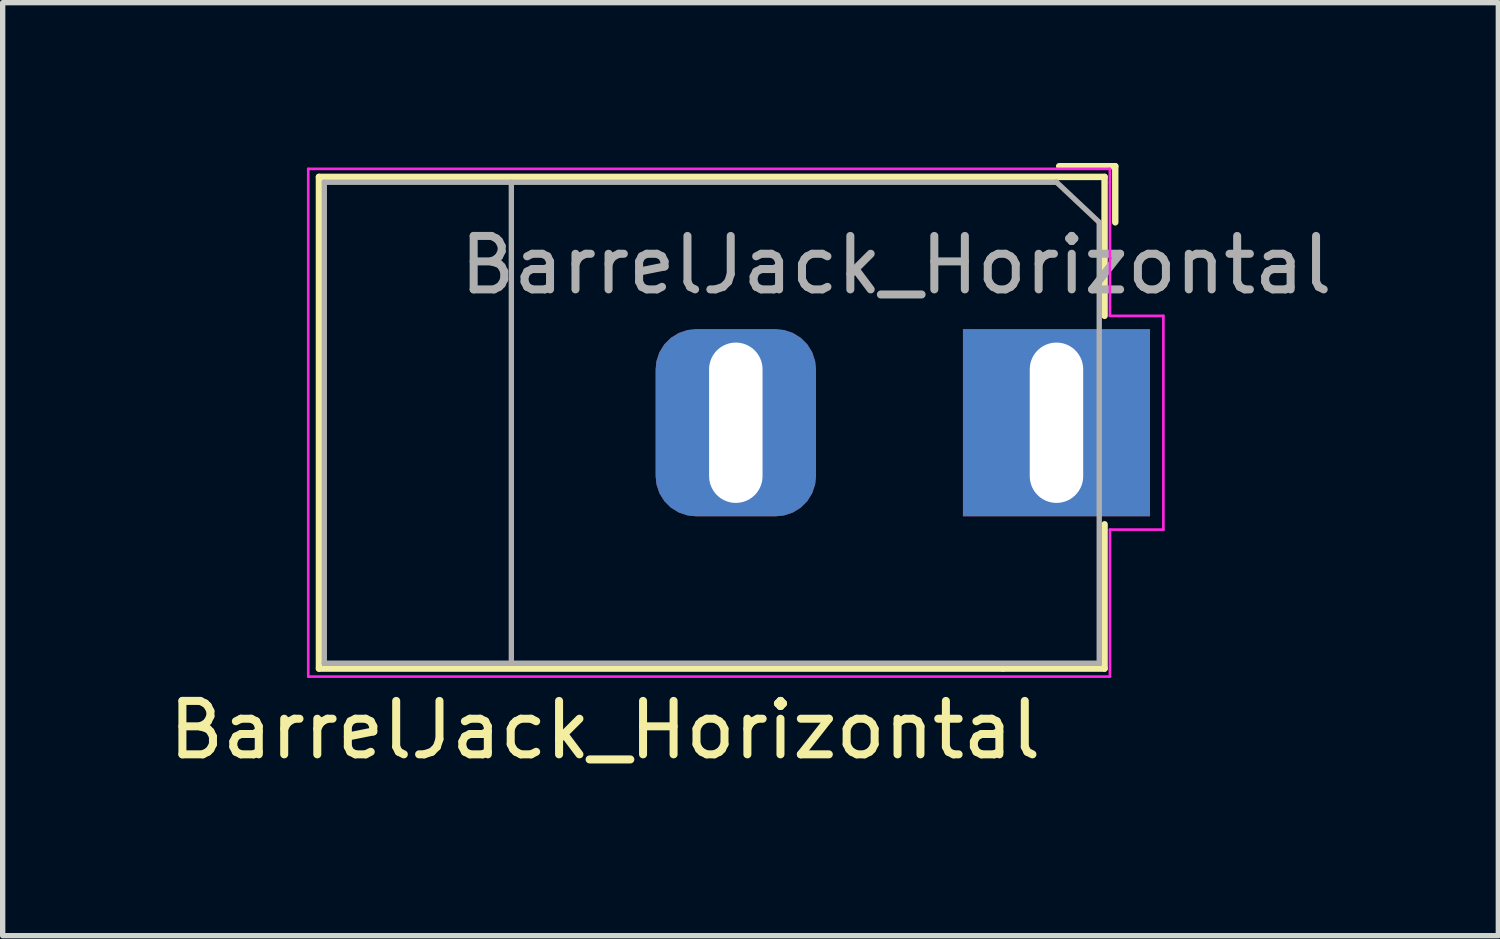
<source format=kicad_pcb>
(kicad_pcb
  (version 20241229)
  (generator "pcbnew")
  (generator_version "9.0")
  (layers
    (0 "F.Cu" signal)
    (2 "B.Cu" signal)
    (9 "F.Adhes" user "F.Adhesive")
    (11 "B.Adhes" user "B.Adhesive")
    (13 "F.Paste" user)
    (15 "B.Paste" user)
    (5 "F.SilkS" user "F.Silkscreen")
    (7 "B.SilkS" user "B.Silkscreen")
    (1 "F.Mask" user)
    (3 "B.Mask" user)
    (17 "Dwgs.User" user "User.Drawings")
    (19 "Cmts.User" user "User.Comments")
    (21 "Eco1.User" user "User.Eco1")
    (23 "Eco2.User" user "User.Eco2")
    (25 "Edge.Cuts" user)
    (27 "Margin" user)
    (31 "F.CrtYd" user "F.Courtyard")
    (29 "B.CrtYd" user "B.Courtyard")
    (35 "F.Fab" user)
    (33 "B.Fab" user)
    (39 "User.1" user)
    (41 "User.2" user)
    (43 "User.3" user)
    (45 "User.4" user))
  (footprint "BarrelJack_Horizontal"
    (layer "F.Cu")
    (at 16.718 4.86)
    (property "Reference" "BarrelJack_Horizontal" (at -8.45 5.75 0) (layer "F.SilkS") (effects (font (size 1 1) (thickness 0.15))))
    (attr through_hole)
    (fp_line (start -13.8 -4.6) (end 0.9 -4.6) (stroke (width 0.12) (type solid)) (layer "F.SilkS"))
    (fp_line (start -13.8 4.6) (end -13.8 -4.6) (stroke (width 0.12) (type solid)) (layer "F.SilkS"))
    (fp_line (start -1 4.6) (end -13.8 4.6) (stroke (width 0.12) (type solid)) (layer "F.SilkS"))
    (fp_line (start 0.05 -4.8) (end 1.1 -4.8) (stroke (width 0.12) (type solid)) (layer "F.SilkS"))
    (fp_line (start 0.9 -4.6) (end 0.9 -2) (stroke (width 0.12) (type solid)) (layer "F.SilkS"))
    (fp_line (start 0.9 1.9) (end 0.9 4.6) (stroke (width 0.12) (type solid)) (layer "F.SilkS"))
    (fp_line (start 0.9 4.6) (end -1 4.6) (stroke (width 0.12) (type solid)) (layer "F.SilkS"))
    (fp_line (start 1.1 -3.75) (end 1.1 -4.8) (stroke (width 0.12) (type solid)) (layer "F.SilkS"))
    (fp_line (start -14 4.75) (end -14 -4.75) (stroke (width 0.05) (type solid)) (layer "F.CrtYd"))
    (fp_line (start 1 -4.75) (end -14 -4.75) (stroke (width 0.05) (type solid)) (layer "F.CrtYd"))
    (fp_line (start 1 -4.5) (end 1 -4.75) (stroke (width 0.05) (type solid)) (layer "F.CrtYd"))
    (fp_line (start 1 -4.5) (end 1 -2) (stroke (width 0.05) (type solid)) (layer "F.CrtYd"))
    (fp_line (start 1 -2) (end 2 -2) (stroke (width 0.05) (type solid)) (layer "F.CrtYd"))
    (fp_line (start 1 2) (end 1 4.75) (stroke (width 0.05) (type solid)) (layer "F.CrtYd"))
    (fp_line (start 1 4.75) (end -14 4.75) (stroke (width 0.05) (type solid)) (layer "F.CrtYd"))
    (fp_line (start 2 -2) (end 2 2) (stroke (width 0.05) (type solid)) (layer "F.CrtYd"))
    (fp_line (start 2 2) (end 1 2) (stroke (width 0.05) (type solid)) (layer "F.CrtYd"))
    (fp_line (start -13.7 -4.5) (end -13.7 4.5) (stroke (width 0.1) (type solid)) (layer "F.Fab"))
    (fp_line (start -13.7 4.5) (end 0.8 4.5) (stroke (width 0.1) (type solid)) (layer "F.Fab"))
    (fp_line (start -10.2 -4.5) (end -10.2 4.5) (stroke (width 0.1) (type solid)) (layer "F.Fab"))
    (fp_line (start -0.003 -4.505) (end 0.8 -3.75) (stroke (width 0.1) (type solid)) (layer "F.Fab"))
    (fp_line (start 0 -4.5) (end -13.7 -4.5) (stroke (width 0.1) (type solid)) (layer "F.Fab"))
    (fp_line (start 0.8 4.5) (end 0.8 -3.75) (stroke (width 0.1) (type solid)) (layer "F.Fab"))
    (fp_text user "${REFERENCE}" (at -3 -2.95 0) (layer "F.Fab") (effects (font (size 1 1) (thickness 0.15))))
    (pad "1" thru_hole rect (at 0 0) (size 3.5 3.5) (drill oval 1 3) (layers "*.Cu" "*.Mask"))
    (pad "2" thru_hole roundrect (at -6 0) (size 3 3.5) (drill oval 1 3) (layers "*.Cu" "*.Mask") (roundrect_rratio 0.25)))
  (gr_rect
    (start -3 -3)
    (end 24.986 14.458)
    (stroke (width 0.1) (type default))
    (fill no)
    (layer "Edge.Cuts")))
</source>
